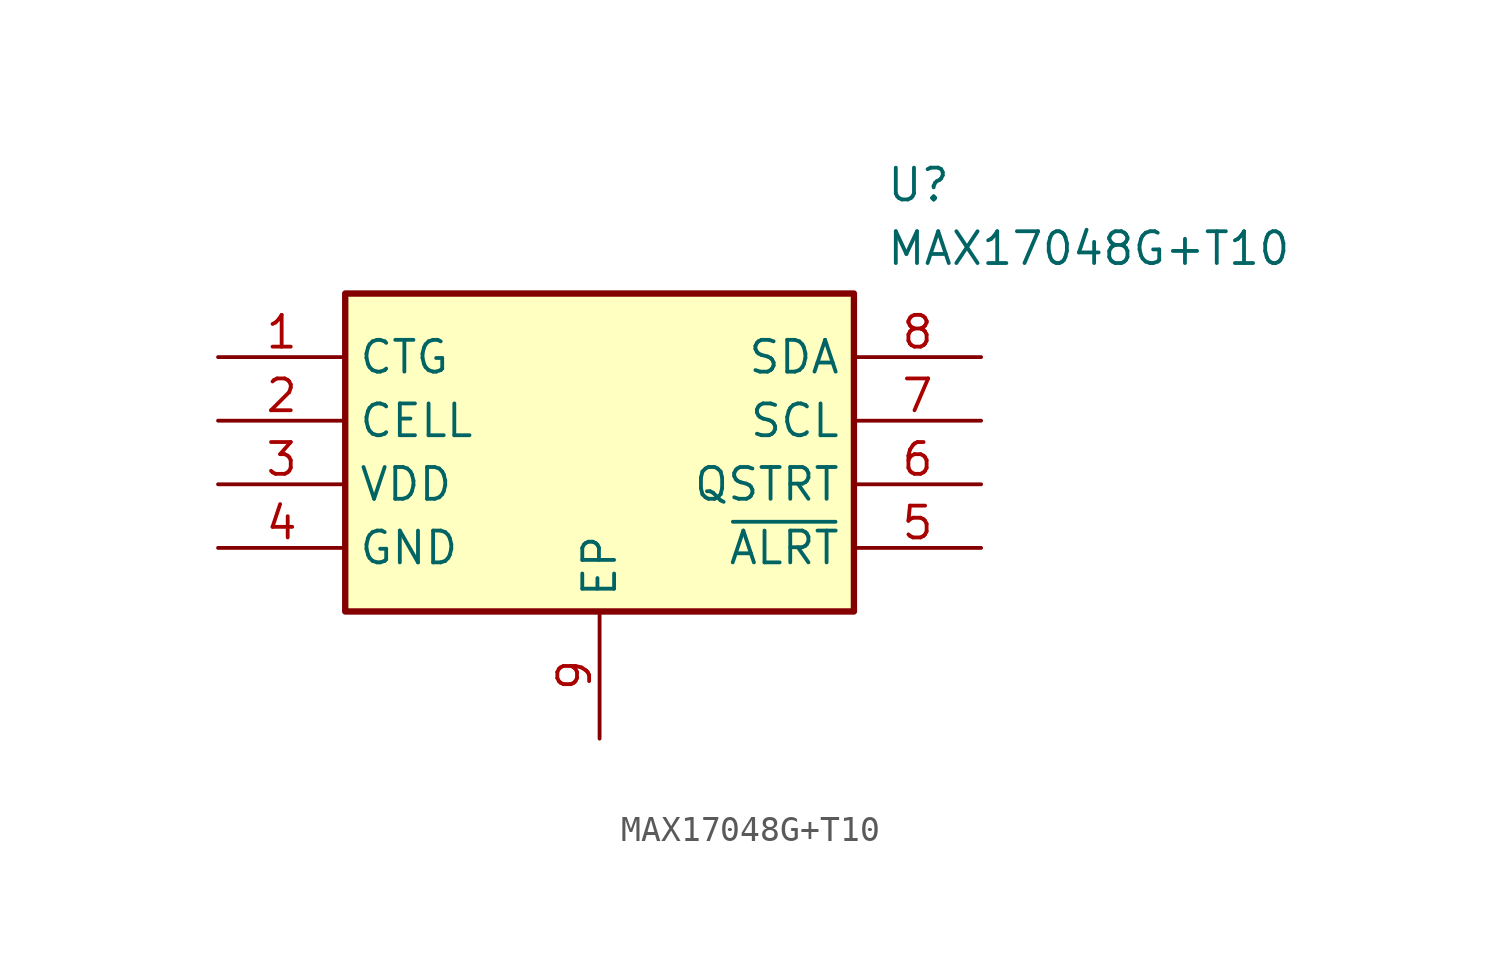
<source format=kicad_sym>
(kicad_symbol_lib
  (version 20220914)
  (generator kicad_symbol_editor)
  (symbol "MAX17048G+T10"
    (property "Reference" "U"
      (at 26.67 7.62 0)
      (effects (font (size 1.27 1.27)) (justify left top)))
    (property "Value" "MAX17048G+T10"
      (at 26.67 5.08 0)
      (effects (font (size 1.27 1.27)) (justify left top)))
    (symbol "MAX17048G+T10_1_1"
      (rectangle (start 5.08 2.54) (end 25.4 -10.16) (stroke (width 0.254) (type default)) (fill (type background)))
      (pin passive line (at 0 0 0) (length 5.08) (name "CTG" (effects (font (size 1.27 1.27)))) (number "1" (effects (font (size 1.27 1.27)))))
      (pin passive line (at 0 -2.54 0) (length 5.08) (name "CELL" (effects (font (size 1.27 1.27)))) (number "2" (effects (font (size 1.27 1.27)))))
      (pin passive line (at 0 -5.08 0) (length 5.08) (name "VDD" (effects (font (size 1.27 1.27)))) (number "3" (effects (font (size 1.27 1.27)))))
      (pin passive line (at 0 -7.62 0) (length 5.08) (name "GND" (effects (font (size 1.27 1.27)))) (number "4" (effects (font (size 1.27 1.27)))))
      (pin passive line (at 30.48 -7.62 180) (length 5.08) (name "~{ALRT}" (effects (font (size 1.27 1.27)))) (number "5" (effects (font (size 1.27 1.27)))))
      (pin passive line (at 30.48 -5.08 180) (length 5.08) (name "QSTRT" (effects (font (size 1.27 1.27)))) (number "6" (effects (font (size 1.27 1.27)))))
      (pin passive line (at 30.48 -2.54 180) (length 5.08) (name "SCL" (effects (font (size 1.27 1.27)))) (number "7" (effects (font (size 1.27 1.27)))))
      (pin passive line (at 30.48 0 180) (length 5.08) (name "SDA" (effects (font (size 1.27 1.27)))) (number "8" (effects (font (size 1.27 1.27)))))
      (pin passive line (at 15.24 -15.24 90) (length 5.08) (name "EP" (effects (font (size 1.27 1.27)))) (number "9" (effects (font (size 1.27 1.27))))))))
</source>
